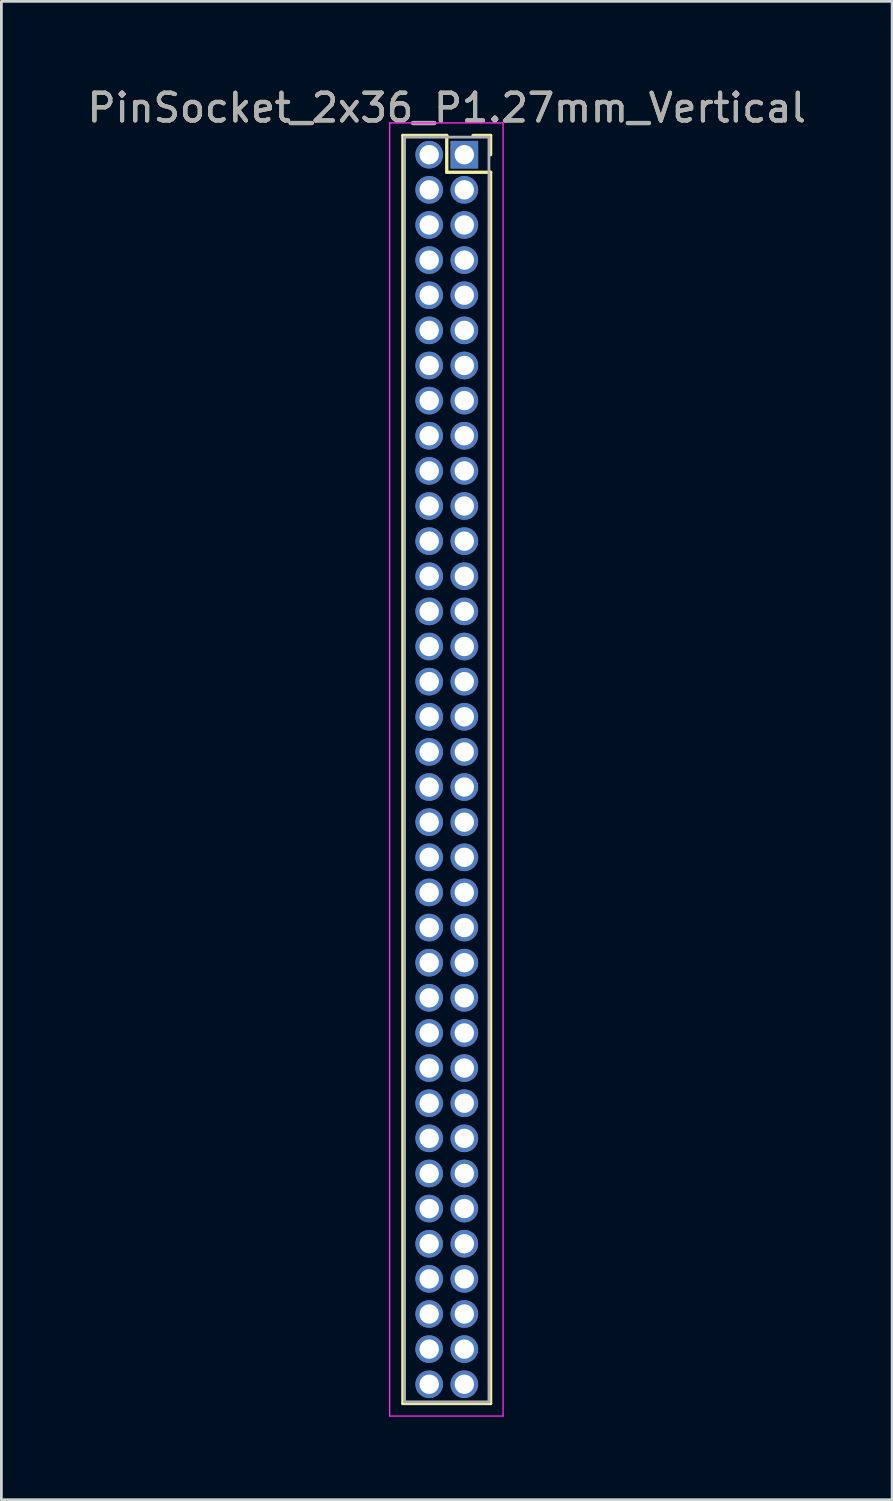
<source format=kicad_pcb>
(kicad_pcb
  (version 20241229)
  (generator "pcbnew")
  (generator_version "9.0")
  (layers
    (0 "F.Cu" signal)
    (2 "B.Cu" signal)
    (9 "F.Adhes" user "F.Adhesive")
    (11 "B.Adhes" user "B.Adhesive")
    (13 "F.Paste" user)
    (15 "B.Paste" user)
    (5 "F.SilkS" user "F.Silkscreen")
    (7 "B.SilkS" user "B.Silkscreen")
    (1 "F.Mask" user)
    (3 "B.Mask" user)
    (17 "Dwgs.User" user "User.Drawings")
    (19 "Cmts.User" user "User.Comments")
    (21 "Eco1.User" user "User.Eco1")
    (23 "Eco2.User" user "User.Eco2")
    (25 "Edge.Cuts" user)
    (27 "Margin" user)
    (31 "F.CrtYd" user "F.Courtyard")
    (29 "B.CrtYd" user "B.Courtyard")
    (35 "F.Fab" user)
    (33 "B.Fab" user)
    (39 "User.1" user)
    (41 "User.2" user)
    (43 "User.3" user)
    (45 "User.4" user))
  (footprint "PinSocket_2x36_P1.27mm_Vertical"
    (layer "F.Cu")
    (at 13.736 2.543)
    (property "Reference" "PinSocket_2x36_P1.27mm_Vertical" (at -0.635 -1.695 0) (layer "F.SilkS") (effects (font (size 1 1) (thickness 0.15))))
    (attr through_hole)
    (fp_line (start -2.22 -0.695) (end -0.635 -0.695) (stroke (width 0.12) (type solid)) (layer "F.SilkS"))
    (fp_line (start -2.22 45.145) (end -2.22 -0.695) (stroke (width 0.12) (type solid)) (layer "F.SilkS"))
    (fp_line (start -0.635 -0.695) (end -0.635 0.635) (stroke (width 0.12) (type solid)) (layer "F.SilkS"))
    (fp_line (start -0.635 0.635) (end 0.95 0.635) (stroke (width 0.12) (type solid)) (layer "F.SilkS"))
    (fp_line (start 0.95 -0.695) (end 0.315 -0.695) (stroke (width 0.12) (type solid)) (layer "F.SilkS"))
    (fp_line (start 0.95 0) (end 0.95 -0.695) (stroke (width 0.12) (type solid)) (layer "F.SilkS"))
    (fp_line (start 0.95 0.635) (end 0.95 45.145) (stroke (width 0.12) (type solid)) (layer "F.SilkS"))
    (fp_line (start 0.95 45.145) (end -2.22 45.145) (stroke (width 0.12) (type solid)) (layer "F.SilkS"))
    (fp_line (start -2.7 -1.15) (end -2.7 45.6) (stroke (width 0.05) (type solid)) (layer "F.CrtYd"))
    (fp_line (start -2.7 45.6) (end 1.4 45.6) (stroke (width 0.05) (type solid)) (layer "F.CrtYd"))
    (fp_line (start 1.4 -1.15) (end -2.7 -1.15) (stroke (width 0.05) (type solid)) (layer "F.CrtYd"))
    (fp_line (start 1.4 45.6) (end 1.4 -1.15) (stroke (width 0.05) (type solid)) (layer "F.CrtYd"))
    (fp_line (start -2.16 -0.635) (end -2.16 45.085) (stroke (width 0.1) (type solid)) (layer "F.Fab"))
    (fp_line (start -2.16 45.085) (end 0.89 45.085) (stroke (width 0.1) (type solid)) (layer "F.Fab"))
    (fp_line (start 0.89 -0.635) (end -2.16 -0.635) (stroke (width 0.1) (type solid)) (layer "F.Fab"))
    (fp_line (start 0.89 45.085) (end 0.89 -0.635) (stroke (width 0.1) (type solid)) (layer "F.Fab"))
    (fp_text user "${REFERENCE}" (at -0.635 -1.695 0) (layer "F.Fab") (effects (font (size 1 1) (thickness 0.15))))
    (pad "1" thru_hole rect (at 0 0) (size 1 1) (drill 0.7) (layers "*.Cu" "*.Mask"))
    (pad "2" thru_hole oval (at -1.27 0) (size 1 1) (drill 0.7) (layers "*.Cu" "*.Mask"))
    (pad "3" thru_hole oval (at 0 1.27) (size 1 1) (drill 0.7) (layers "*.Cu" "*.Mask"))
    (pad "4" thru_hole oval (at -1.27 1.27) (size 1 1) (drill 0.7) (layers "*.Cu" "*.Mask"))
    (pad "5" thru_hole oval (at 0 2.54) (size 1 1) (drill 0.7) (layers "*.Cu" "*.Mask"))
    (pad "6" thru_hole oval (at -1.27 2.54) (size 1 1) (drill 0.7) (layers "*.Cu" "*.Mask"))
    (pad "7" thru_hole oval (at 0 3.81) (size 1 1) (drill 0.7) (layers "*.Cu" "*.Mask"))
    (pad "8" thru_hole oval (at -1.27 3.81) (size 1 1) (drill 0.7) (layers "*.Cu" "*.Mask"))
    (pad "9" thru_hole oval (at 0 5.08) (size 1 1) (drill 0.7) (layers "*.Cu" "*.Mask"))
    (pad "10" thru_hole oval (at -1.27 5.08) (size 1 1) (drill 0.7) (layers "*.Cu" "*.Mask"))
    (pad "11" thru_hole oval (at 0 6.35) (size 1 1) (drill 0.7) (layers "*.Cu" "*.Mask"))
    (pad "12" thru_hole oval (at -1.27 6.35) (size 1 1) (drill 0.7) (layers "*.Cu" "*.Mask"))
    (pad "13" thru_hole oval (at 0 7.62) (size 1 1) (drill 0.7) (layers "*.Cu" "*.Mask"))
    (pad "14" thru_hole oval (at -1.27 7.62) (size 1 1) (drill 0.7) (layers "*.Cu" "*.Mask"))
    (pad "15" thru_hole oval (at 0 8.89) (size 1 1) (drill 0.7) (layers "*.Cu" "*.Mask"))
    (pad "16" thru_hole oval (at -1.27 8.89) (size 1 1) (drill 0.7) (layers "*.Cu" "*.Mask"))
    (pad "17" thru_hole oval (at 0 10.16) (size 1 1) (drill 0.7) (layers "*.Cu" "*.Mask"))
    (pad "18" thru_hole oval (at -1.27 10.16) (size 1 1) (drill 0.7) (layers "*.Cu" "*.Mask"))
    (pad "19" thru_hole oval (at 0 11.43) (size 1 1) (drill 0.7) (layers "*.Cu" "*.Mask"))
    (pad "20" thru_hole oval (at -1.27 11.43) (size 1 1) (drill 0.7) (layers "*.Cu" "*.Mask"))
    (pad "21" thru_hole oval (at 0 12.7) (size 1 1) (drill 0.7) (layers "*.Cu" "*.Mask"))
    (pad "22" thru_hole oval (at -1.27 12.7) (size 1 1) (drill 0.7) (layers "*.Cu" "*.Mask"))
    (pad "23" thru_hole oval (at 0 13.97) (size 1 1) (drill 0.7) (layers "*.Cu" "*.Mask"))
    (pad "24" thru_hole oval (at -1.27 13.97) (size 1 1) (drill 0.7) (layers "*.Cu" "*.Mask"))
    (pad "25" thru_hole oval (at 0 15.24) (size 1 1) (drill 0.7) (layers "*.Cu" "*.Mask"))
    (pad "26" thru_hole oval (at -1.27 15.24) (size 1 1) (drill 0.7) (layers "*.Cu" "*.Mask"))
    (pad "27" thru_hole oval (at 0 16.51) (size 1 1) (drill 0.7) (layers "*.Cu" "*.Mask"))
    (pad "28" thru_hole oval (at -1.27 16.51) (size 1 1) (drill 0.7) (layers "*.Cu" "*.Mask"))
    (pad "29" thru_hole oval (at 0 17.78) (size 1 1) (drill 0.7) (layers "*.Cu" "*.Mask"))
    (pad "30" thru_hole oval (at -1.27 17.78) (size 1 1) (drill 0.7) (layers "*.Cu" "*.Mask"))
    (pad "31" thru_hole oval (at 0 19.05) (size 1 1) (drill 0.7) (layers "*.Cu" "*.Mask"))
    (pad "32" thru_hole oval (at -1.27 19.05) (size 1 1) (drill 0.7) (layers "*.Cu" "*.Mask"))
    (pad "33" thru_hole oval (at 0 20.32) (size 1 1) (drill 0.7) (layers "*.Cu" "*.Mask"))
    (pad "34" thru_hole oval (at -1.27 20.32) (size 1 1) (drill 0.7) (layers "*.Cu" "*.Mask"))
    (pad "35" thru_hole oval (at 0 21.59) (size 1 1) (drill 0.7) (layers "*.Cu" "*.Mask"))
    (pad "36" thru_hole oval (at -1.27 21.59) (size 1 1) (drill 0.7) (layers "*.Cu" "*.Mask"))
    (pad "37" thru_hole oval (at 0 22.86) (size 1 1) (drill 0.7) (layers "*.Cu" "*.Mask"))
    (pad "38" thru_hole oval (at -1.27 22.86) (size 1 1) (drill 0.7) (layers "*.Cu" "*.Mask"))
    (pad "39" thru_hole oval (at 0 24.13) (size 1 1) (drill 0.7) (layers "*.Cu" "*.Mask"))
    (pad "40" thru_hole oval (at -1.27 24.13) (size 1 1) (drill 0.7) (layers "*.Cu" "*.Mask"))
    (pad "41" thru_hole oval (at 0 25.4) (size 1 1) (drill 0.7) (layers "*.Cu" "*.Mask"))
    (pad "42" thru_hole oval (at -1.27 25.4) (size 1 1) (drill 0.7) (layers "*.Cu" "*.Mask"))
    (pad "43" thru_hole oval (at 0 26.67) (size 1 1) (drill 0.7) (layers "*.Cu" "*.Mask"))
    (pad "44" thru_hole oval (at -1.27 26.67) (size 1 1) (drill 0.7) (layers "*.Cu" "*.Mask"))
    (pad "45" thru_hole oval (at 0 27.94) (size 1 1) (drill 0.7) (layers "*.Cu" "*.Mask"))
    (pad "46" thru_hole oval (at -1.27 27.94) (size 1 1) (drill 0.7) (layers "*.Cu" "*.Mask"))
    (pad "47" thru_hole oval (at 0 29.21) (size 1 1) (drill 0.7) (layers "*.Cu" "*.Mask"))
    (pad "48" thru_hole oval (at -1.27 29.21) (size 1 1) (drill 0.7) (layers "*.Cu" "*.Mask"))
    (pad "49" thru_hole oval (at 0 30.48) (size 1 1) (drill 0.7) (layers "*.Cu" "*.Mask"))
    (pad "50" thru_hole oval (at -1.27 30.48) (size 1 1) (drill 0.7) (layers "*.Cu" "*.Mask"))
    (pad "51" thru_hole oval (at 0 31.75) (size 1 1) (drill 0.7) (layers "*.Cu" "*.Mask"))
    (pad "52" thru_hole oval (at -1.27 31.75) (size 1 1) (drill 0.7) (layers "*.Cu" "*.Mask"))
    (pad "53" thru_hole oval (at 0 33.02) (size 1 1) (drill 0.7) (layers "*.Cu" "*.Mask"))
    (pad "54" thru_hole oval (at -1.27 33.02) (size 1 1) (drill 0.7) (layers "*.Cu" "*.Mask"))
    (pad "55" thru_hole oval (at 0 34.29) (size 1 1) (drill 0.7) (layers "*.Cu" "*.Mask"))
    (pad "56" thru_hole oval (at -1.27 34.29) (size 1 1) (drill 0.7) (layers "*.Cu" "*.Mask"))
    (pad "57" thru_hole oval (at 0 35.56) (size 1 1) (drill 0.7) (layers "*.Cu" "*.Mask"))
    (pad "58" thru_hole oval (at -1.27 35.56) (size 1 1) (drill 0.7) (layers "*.Cu" "*.Mask"))
    (pad "59" thru_hole oval (at 0 36.83) (size 1 1) (drill 0.7) (layers "*.Cu" "*.Mask"))
    (pad "60" thru_hole oval (at -1.27 36.83) (size 1 1) (drill 0.7) (layers "*.Cu" "*.Mask"))
    (pad "61" thru_hole oval (at 0 38.1) (size 1 1) (drill 0.7) (layers "*.Cu" "*.Mask"))
    (pad "62" thru_hole oval (at -1.27 38.1) (size 1 1) (drill 0.7) (layers "*.Cu" "*.Mask"))
    (pad "63" thru_hole oval (at 0 39.37) (size 1 1) (drill 0.7) (layers "*.Cu" "*.Mask"))
    (pad "64" thru_hole oval (at -1.27 39.37) (size 1 1) (drill 0.7) (layers "*.Cu" "*.Mask"))
    (pad "65" thru_hole oval (at 0 40.64) (size 1 1) (drill 0.7) (layers "*.Cu" "*.Mask"))
    (pad "66" thru_hole oval (at -1.27 40.64) (size 1 1) (drill 0.7) (layers "*.Cu" "*.Mask"))
    (pad "67" thru_hole oval (at 0 41.91) (size 1 1) (drill 0.7) (layers "*.Cu" "*.Mask"))
    (pad "68" thru_hole oval (at -1.27 41.91) (size 1 1) (drill 0.7) (layers "*.Cu" "*.Mask"))
    (pad "69" thru_hole oval (at 0 43.18) (size 1 1) (drill 0.7) (layers "*.Cu" "*.Mask"))
    (pad "70" thru_hole oval (at -1.27 43.18) (size 1 1) (drill 0.7) (layers "*.Cu" "*.Mask"))
    (pad "71" thru_hole oval (at 0 44.45) (size 1 1) (drill 0.7) (layers "*.Cu" "*.Mask"))
    (pad "72" thru_hole oval (at -1.27 44.45) (size 1 1) (drill 0.7) (layers "*.Cu" "*.Mask")))
  (gr_rect
    (start -3 -3)
    (end 29.202 51.168)
    (stroke (width 0.1) (type default))
    (fill no)
    (layer "Edge.Cuts")))
</source>
